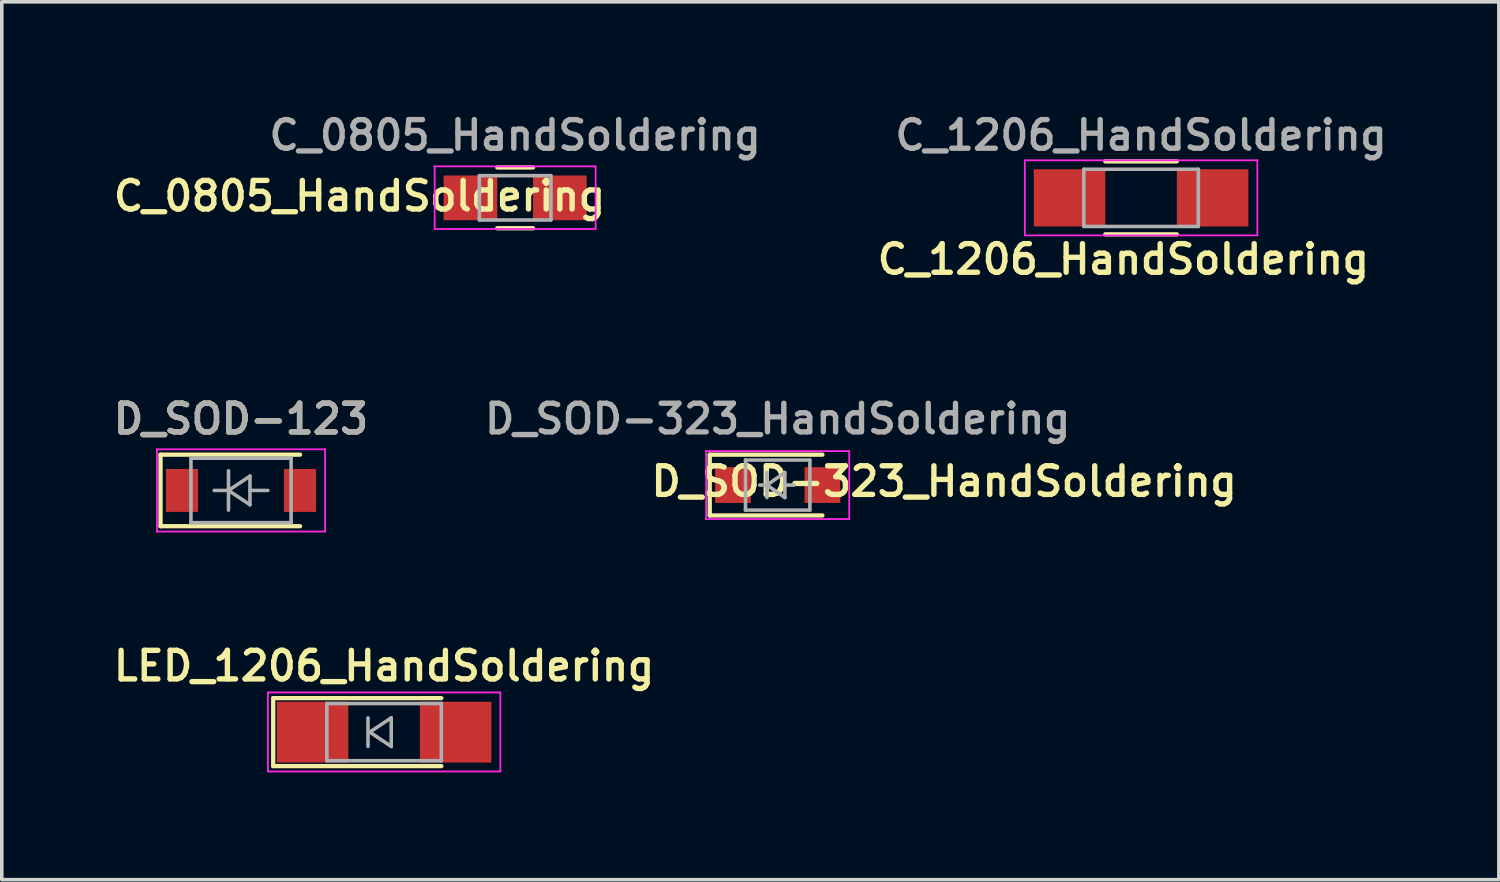
<source format=kicad_pcb>
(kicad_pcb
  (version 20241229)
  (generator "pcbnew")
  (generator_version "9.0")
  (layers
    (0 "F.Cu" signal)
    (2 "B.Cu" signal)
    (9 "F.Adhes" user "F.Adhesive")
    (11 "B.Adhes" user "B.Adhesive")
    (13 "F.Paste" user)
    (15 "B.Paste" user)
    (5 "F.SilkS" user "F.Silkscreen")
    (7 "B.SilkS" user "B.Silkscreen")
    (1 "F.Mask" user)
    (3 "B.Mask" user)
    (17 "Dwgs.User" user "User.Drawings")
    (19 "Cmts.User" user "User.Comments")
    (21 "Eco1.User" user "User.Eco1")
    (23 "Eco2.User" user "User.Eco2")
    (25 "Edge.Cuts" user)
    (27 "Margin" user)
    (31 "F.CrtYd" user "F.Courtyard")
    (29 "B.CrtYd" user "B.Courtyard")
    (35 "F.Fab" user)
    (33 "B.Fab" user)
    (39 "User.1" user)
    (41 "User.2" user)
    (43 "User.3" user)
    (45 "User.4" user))
  (footprint "D_SOD-123"
    (layer "F.Cu")
    (at 3.688 10.661)
    (property "Reference" "D_SOD-123" (at 0 -2 0) (layer "F.SilkS") (effects (font (size 0.8 0.8) (thickness 0.15))))
    (attr smd)
    (fp_line (start -2.25 -1) (end -2.25 1) (stroke (width 0.12) (type solid)) (layer "F.SilkS"))
    (fp_line (start -2.25 -1) (end 1.65 -1) (stroke (width 0.12) (type solid)) (layer "F.SilkS"))
    (fp_line (start -2.25 1) (end 1.65 1) (stroke (width 0.12) (type solid)) (layer "F.SilkS"))
    (fp_line (start -2.35 -1.15) (end -2.35 1.15) (stroke (width 0.05) (type solid)) (layer "F.CrtYd"))
    (fp_line (start -2.35 -1.15) (end 2.35 -1.15) (stroke (width 0.05) (type solid)) (layer "F.CrtYd"))
    (fp_line (start 2.35 -1.15) (end 2.35 1.15) (stroke (width 0.05) (type solid)) (layer "F.CrtYd"))
    (fp_line (start 2.35 1.15) (end -2.35 1.15) (stroke (width 0.05) (type solid)) (layer "F.CrtYd"))
    (fp_line (start -1.4 -0.9) (end 1.4 -0.9) (stroke (width 0.1) (type solid)) (layer "F.Fab"))
    (fp_line (start -1.4 0.9) (end -1.4 -0.9) (stroke (width 0.1) (type solid)) (layer "F.Fab"))
    (fp_line (start -0.75 0) (end -0.35 0) (stroke (width 0.1) (type solid)) (layer "F.Fab"))
    (fp_line (start -0.35 0) (end -0.35 -0.55) (stroke (width 0.1) (type solid)) (layer "F.Fab"))
    (fp_line (start -0.35 0) (end -0.35 0.55) (stroke (width 0.1) (type solid)) (layer "F.Fab"))
    (fp_line (start -0.35 0) (end 0.25 -0.4) (stroke (width 0.1) (type solid)) (layer "F.Fab"))
    (fp_line (start 0.25 -0.4) (end 0.25 0.4) (stroke (width 0.1) (type solid)) (layer "F.Fab"))
    (fp_line (start 0.25 0) (end 0.75 0) (stroke (width 0.1) (type solid)) (layer "F.Fab"))
    (fp_line (start 0.25 0.4) (end -0.35 0) (stroke (width 0.1) (type solid)) (layer "F.Fab"))
    (fp_line (start 1.4 -0.9) (end 1.4 0.9) (stroke (width 0.1) (type solid)) (layer "F.Fab"))
    (fp_line (start 1.4 0.9) (end -1.4 0.9) (stroke (width 0.1) (type solid)) (layer "F.Fab"))
    (fp_text user "${REFERENCE}" (at 0 -2 0) (layer "F.Fab") (effects (font (size 0.8 0.8) (thickness 0.15))))
    (pad "1" smd rect (at -1.65 0) (size 0.9 1.2) (layers "F.Cu" "F.Mask" "F.Paste"))
    (pad "2" smd rect (at 1.65 0) (size 0.9 1.2) (layers "F.Cu" "F.Mask" "F.Paste")))
  (footprint "D_SOD-323_HandSoldering"
    (layer "F.Cu")
    (at 18.692 10.511)
    (property "Reference" "D_SOD-323_HandSoldering" (at 4.653 -0.102 0) (layer "F.SilkS") (effects (font (size 0.8 0.8) (thickness 0.15))))
    (attr smd)
    (fp_line (start -1.9 -0.85) (end -1.9 0.85) (stroke (width 0.12) (type solid)) (layer "F.SilkS"))
    (fp_line (start -1.9 -0.85) (end 1.25 -0.85) (stroke (width 0.12) (type solid)) (layer "F.SilkS"))
    (fp_line (start -1.9 0.85) (end 1.25 0.85) (stroke (width 0.12) (type solid)) (layer "F.SilkS"))
    (fp_line (start -2 -0.95) (end -2 0.95) (stroke (width 0.05) (type solid)) (layer "F.CrtYd"))
    (fp_line (start -2 -0.95) (end 2 -0.95) (stroke (width 0.05) (type solid)) (layer "F.CrtYd"))
    (fp_line (start -2 0.95) (end 2 0.95) (stroke (width 0.05) (type solid)) (layer "F.CrtYd"))
    (fp_line (start 2 -0.95) (end 2 0.95) (stroke (width 0.05) (type solid)) (layer "F.CrtYd"))
    (fp_line (start -0.9 -0.7) (end 0.9 -0.7) (stroke (width 0.1) (type solid)) (layer "F.Fab"))
    (fp_line (start -0.9 0.7) (end -0.9 -0.7) (stroke (width 0.1) (type solid)) (layer "F.Fab"))
    (fp_line (start -0.3 -0.35) (end -0.3 0.35) (stroke (width 0.1) (type solid)) (layer "F.Fab"))
    (fp_line (start -0.3 0) (end -0.5 0) (stroke (width 0.1) (type solid)) (layer "F.Fab"))
    (fp_line (start -0.3 0) (end 0.2 -0.35) (stroke (width 0.1) (type solid)) (layer "F.Fab"))
    (fp_line (start 0.2 -0.35) (end 0.2 0.35) (stroke (width 0.1) (type solid)) (layer "F.Fab"))
    (fp_line (start 0.2 0) (end 0.45 0) (stroke (width 0.1) (type solid)) (layer "F.Fab"))
    (fp_line (start 0.2 0.35) (end -0.3 0) (stroke (width 0.1) (type solid)) (layer "F.Fab"))
    (fp_line (start 0.9 -0.7) (end 0.9 0.7) (stroke (width 0.1) (type solid)) (layer "F.Fab"))
    (fp_line (start 0.9 0.7) (end -0.9 0.7) (stroke (width 0.1) (type solid)) (layer "F.Fab"))
    (fp_text user "${REFERENCE}" (at 0 -1.85 0) (layer "F.Fab") (effects (font (size 0.8 0.8) (thickness 0.15))))
    (pad "1" smd rect (at -1.25 0) (size 1 1) (layers "F.Cu" "F.Mask" "F.Paste"))
    (pad "2" smd rect (at 1.25 0) (size 1 1) (layers "F.Cu" "F.Mask" "F.Paste")))
  (footprint "C_1206_HandSoldering"
    (layer "F.Cu")
    (at 28.851 2.481)
    (property "Reference" "C_1206_HandSoldering" (at -0.495 1.718 0) (layer "F.SilkS") (effects (font (size 0.8 0.8) (thickness 0.15))))
    (attr smd)
    (fp_line (start -1 1.02) (end 1 1.02) (stroke (width 0.12) (type solid)) (layer "F.SilkS"))
    (fp_line (start 1 -1.02) (end -1 -1.02) (stroke (width 0.12) (type solid)) (layer "F.SilkS"))
    (fp_line (start -3.25 -1.05) (end -3.25 1.05) (stroke (width 0.05) (type solid)) (layer "F.CrtYd"))
    (fp_line (start -3.25 -1.05) (end 3.25 -1.05) (stroke (width 0.05) (type solid)) (layer "F.CrtYd"))
    (fp_line (start 3.25 1.05) (end -3.25 1.05) (stroke (width 0.05) (type solid)) (layer "F.CrtYd"))
    (fp_line (start 3.25 1.05) (end 3.25 -1.05) (stroke (width 0.05) (type solid)) (layer "F.CrtYd"))
    (fp_line (start -1.6 -0.8) (end 1.6 -0.8) (stroke (width 0.1) (type solid)) (layer "F.Fab"))
    (fp_line (start -1.6 0.8) (end -1.6 -0.8) (stroke (width 0.1) (type solid)) (layer "F.Fab"))
    (fp_line (start 1.6 -0.8) (end 1.6 0.8) (stroke (width 0.1) (type solid)) (layer "F.Fab"))
    (fp_line (start 1.6 0.8) (end -1.6 0.8) (stroke (width 0.1) (type solid)) (layer "F.Fab"))
    (fp_text user "${REFERENCE}" (at 0 -1.75 0) (layer "F.Fab") (effects (font (size 0.8 0.8) (thickness 0.15))))
    (pad "1" smd rect (at -2 0) (size 2 1.6) (layers "F.Cu" "F.Mask" "F.Paste"))
    (pad "2" smd rect (at 2 0) (size 2 1.6) (layers "F.Cu" "F.Mask" "F.Paste")))
  (footprint "LED_1206_HandSoldering"
    (layer "F.Cu")
    (at 7.688 17.418)
    (property "Reference" "LED_1206_HandSoldering" (at 0 -1.85 0) (layer "F.SilkS") (effects (font (size 0.8 0.8) (thickness 0.15))))
    (attr smd)
    (fp_line (start -3.1 -0.95) (end -3.1 0.95) (stroke (width 0.12) (type solid)) (layer "F.SilkS"))
    (fp_line (start -3.1 -0.95) (end 1.6 -0.95) (stroke (width 0.12) (type solid)) (layer "F.SilkS"))
    (fp_line (start -3.1 0.95) (end 1.6 0.95) (stroke (width 0.12) (type solid)) (layer "F.SilkS"))
    (fp_line (start -3.25 -1.11) (end -3.25 1.1) (stroke (width 0.05) (type solid)) (layer "F.CrtYd"))
    (fp_line (start -3.25 -1.11) (end 3.25 -1.11) (stroke (width 0.05) (type solid)) (layer "F.CrtYd"))
    (fp_line (start 3.25 1.1) (end -3.25 1.1) (stroke (width 0.05) (type solid)) (layer "F.CrtYd"))
    (fp_line (start 3.25 1.1) (end 3.25 -1.11) (stroke (width 0.05) (type solid)) (layer "F.CrtYd"))
    (fp_line (start -1.6 -0.8) (end 1.6 -0.8) (stroke (width 0.1) (type solid)) (layer "F.Fab"))
    (fp_line (start -1.6 0.8) (end -1.6 -0.8) (stroke (width 0.1) (type solid)) (layer "F.Fab"))
    (fp_line (start -0.45 -0.4) (end -0.45 0.4) (stroke (width 0.1) (type solid)) (layer "F.Fab"))
    (fp_line (start -0.4 0) (end 0.2 -0.4) (stroke (width 0.1) (type solid)) (layer "F.Fab"))
    (fp_line (start 0.2 -0.4) (end 0.2 0.4) (stroke (width 0.1) (type solid)) (layer "F.Fab"))
    (fp_line (start 0.2 0.4) (end -0.4 0) (stroke (width 0.1) (type solid)) (layer "F.Fab"))
    (fp_line (start 1.6 -0.8) (end 1.6 0.8) (stroke (width 0.1) (type solid)) (layer "F.Fab"))
    (fp_line (start 1.6 0.8) (end -1.6 0.8) (stroke (width 0.1) (type solid)) (layer "F.Fab"))
    (pad "1" smd rect (at -2 0) (size 2 1.7) (layers "F.Cu" "F.Mask" "F.Paste"))
    (pad "2" smd rect (at 2 0) (size 2 1.7) (layers "F.Cu" "F.Mask" "F.Paste")))
  (footprint "C_0805_HandSoldering"
    (layer "F.Cu")
    (at 11.352 2.481)
    (property "Reference" "C_0805_HandSoldering" (at -4.35 -0.05 0) (layer "F.SilkS") (effects (font (size 0.8 0.8) (thickness 0.15))))
    (attr smd)
    (fp_line (start -0.5 0.85) (end 0.5 0.85) (stroke (width 0.12) (type solid)) (layer "F.SilkS"))
    (fp_line (start 0.5 -0.85) (end -0.5 -0.85) (stroke (width 0.12) (type solid)) (layer "F.SilkS"))
    (fp_line (start -2.25 -0.88) (end -2.25 0.87) (stroke (width 0.05) (type solid)) (layer "F.CrtYd"))
    (fp_line (start -2.25 -0.88) (end 2.25 -0.88) (stroke (width 0.05) (type solid)) (layer "F.CrtYd"))
    (fp_line (start 2.25 0.87) (end -2.25 0.87) (stroke (width 0.05) (type solid)) (layer "F.CrtYd"))
    (fp_line (start 2.25 0.87) (end 2.25 -0.88) (stroke (width 0.05) (type solid)) (layer "F.CrtYd"))
    (fp_line (start -1 -0.62) (end 1 -0.62) (stroke (width 0.1) (type solid)) (layer "F.Fab"))
    (fp_line (start -1 0.62) (end -1 -0.62) (stroke (width 0.1) (type solid)) (layer "F.Fab"))
    (fp_line (start 1 -0.62) (end 1 0.62) (stroke (width 0.1) (type solid)) (layer "F.Fab"))
    (fp_line (start 1 0.62) (end -1 0.62) (stroke (width 0.1) (type solid)) (layer "F.Fab"))
    (fp_text user "${REFERENCE}" (at 0 -1.75 0) (layer "F.Fab") (effects (font (size 0.8 0.8) (thickness 0.15))))
    (pad "1" smd rect (at -1.25 0) (size 1.5 1.25) (layers "F.Cu" "F.Mask" "F.Paste"))
    (pad "2" smd rect (at 1.25 0) (size 1.5 1.25) (layers "F.Cu" "F.Mask" "F.Paste")))
  (gr_rect
    (start -3 -3)
    (end 38.854 21.543)
    (stroke (width 0.1) (type default))
    (fill no)
    (layer "Edge.Cuts")))
</source>
